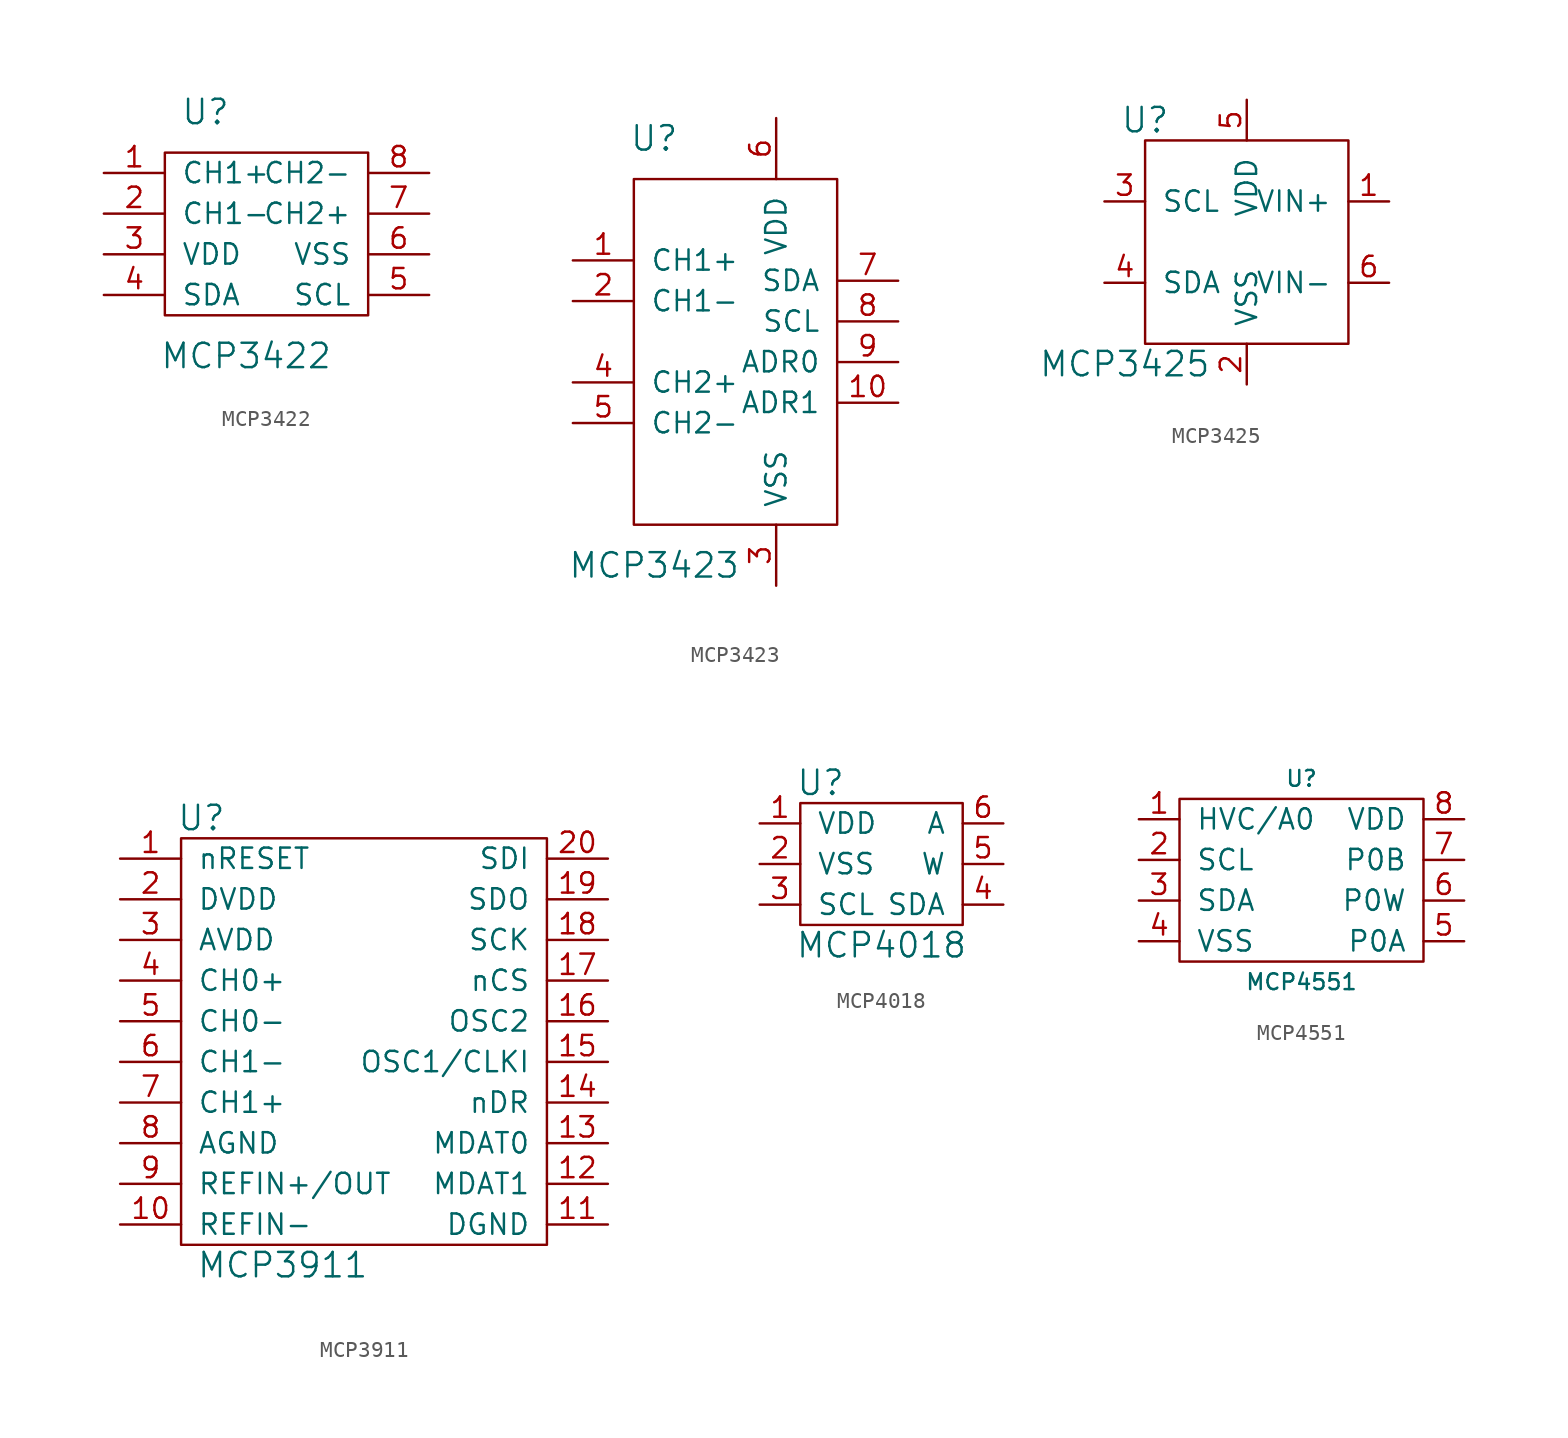
<source format=kicad_sym>
(kicad_symbol_lib
  (version 20210619)
  (generator kicad_symbol_editor)
  (symbol "tinkerforge:MCP3422"
    (pin_names
      (offset 1.016))
    (property "Reference" "U"
      (at -3.81 7.62 0)
      (effects (font (size 1.524 1.524))))
    (property "Value" "MCP3422"
      (at -1.27 -7.62 0)
      (effects (font (size 1.524 1.524))))
    (property "Footprint" ""
      (at 0 0 0)
      (effects (font (size 1.524 1.524))))
    (property "Datasheet" ""
      (at 0 0 0)
      (effects (font (size 1.524 1.524))))
    (symbol "MCP3422_0_1"
      (rectangle (start -6.35 5.08) (end 6.35 -5.08) (stroke (width 0)) (fill (type none))))
    (symbol "MCP3422_1_1"
      (pin input line (at -10.16 3.81 0) (length 3.81) (name "CH1+" (effects (font (size 1.27 1.27)))) (number "1" (effects (font (size 1.27 1.27)))))
      (pin input line (at -10.16 1.27 0) (length 3.81) (name "CH1-" (effects (font (size 1.27 1.27)))) (number "2" (effects (font (size 1.27 1.27)))))
      (pin power_in line (at -10.16 -1.27 0) (length 3.81) (name "VDD" (effects (font (size 1.27 1.27)))) (number "3" (effects (font (size 1.27 1.27)))))
      (pin passive line (at -10.16 -3.81 0) (length 3.81) (name "SDA" (effects (font (size 1.27 1.27)))) (number "4" (effects (font (size 1.27 1.27)))))
      (pin passive line (at 10.16 -3.81 180) (length 3.81) (name "SCL" (effects (font (size 1.27 1.27)))) (number "5" (effects (font (size 1.27 1.27)))))
      (pin passive line (at 10.16 -1.27 180) (length 3.81) (name "VSS" (effects (font (size 1.27 1.27)))) (number "6" (effects (font (size 1.27 1.27)))))
      (pin passive line (at 10.16 1.27 180) (length 3.81) (name "CH2+" (effects (font (size 1.27 1.27)))) (number "7" (effects (font (size 1.27 1.27)))))
      (pin passive line (at 10.16 3.81 180) (length 3.81) (name "CH2-" (effects (font (size 1.27 1.27)))) (number "8" (effects (font (size 1.27 1.27)))))))
  (symbol "tinkerforge:MCP3423"
    (pin_names
      (offset 1.016))
    (property "Reference" "U"
      (at -5.08 12.7 0)
      (effects (font (size 1.524 1.524))))
    (property "Value" "MCP3423"
      (at -5.08 -13.97 0)
      (effects (font (size 1.524 1.524))))
    (property "Footprint" ""
      (at 0 0 0)
      (effects (font (size 1.524 1.524))))
    (property "Datasheet" ""
      (at 0 0 0)
      (effects (font (size 1.524 1.524))))
    (symbol "MCP3423_0_1"
      (rectangle (start -6.35 10.16) (end 6.35 -11.43) (stroke (width 0)) (fill (type none))))
    (symbol "MCP3423_1_1"
      (pin input line (at -10.16 5.08 0) (length 3.81) (name "CH1+" (effects (font (size 1.27 1.27)))) (number "1" (effects (font (size 1.27 1.27)))))
      (pin input line (at 10.16 -3.81 180) (length 3.81) (name "ADR1" (effects (font (size 1.27 1.27)))) (number "10" (effects (font (size 1.27 1.27)))))
      (pin input line (at -10.16 2.54 0) (length 3.81) (name "CH1-" (effects (font (size 1.27 1.27)))) (number "2" (effects (font (size 1.27 1.27)))))
      (pin power_out line (at 2.54 -15.24 90) (length 3.81) (name "VSS" (effects (font (size 1.27 1.27)))) (number "3" (effects (font (size 1.27 1.27)))))
      (pin input line (at -10.16 -2.54 0) (length 3.81) (name "CH2+" (effects (font (size 1.27 1.27)))) (number "4" (effects (font (size 1.27 1.27)))))
      (pin input line (at -10.16 -5.08 0) (length 3.81) (name "CH2-" (effects (font (size 1.27 1.27)))) (number "5" (effects (font (size 1.27 1.27)))))
      (pin power_in line (at 2.54 13.97 270) (length 3.81) (name "VDD" (effects (font (size 1.27 1.27)))) (number "6" (effects (font (size 1.27 1.27)))))
      (pin bidirectional line (at 10.16 3.81 180) (length 3.81) (name "SDA" (effects (font (size 1.27 1.27)))) (number "7" (effects (font (size 1.27 1.27)))))
      (pin input line (at 10.16 1.27 180) (length 3.81) (name "SCL" (effects (font (size 1.27 1.27)))) (number "8" (effects (font (size 1.27 1.27)))))
      (pin input line (at 10.16 -1.27 180) (length 3.81) (name "ADR0" (effects (font (size 1.27 1.27)))) (number "9" (effects (font (size 1.27 1.27)))))))
  (symbol "tinkerforge:MCP3425"
    (pin_names
      (offset 1.016))
    (property "Reference" "U"
      (at -6.35 7.62 0)
      (effects (font (size 1.524 1.524))))
    (property "Value" "MCP3425"
      (at -7.62 -7.62 0)
      (effects (font (size 1.524 1.524))))
    (symbol "MCP3425_0_1"
      (rectangle (start -6.35 6.35) (end 6.35 -6.35) (stroke (width 0)) (fill (type none))))
    (symbol "MCP3425_1_1"
      (pin passive line (at 8.89 2.54 180) (length 2.54) (name "VIN+" (effects (font (size 1.27 1.27)))) (number "1" (effects (font (size 1.27 1.27)))))
      (pin passive line (at 0 -8.89 90) (length 2.54) (name "VSS" (effects (font (size 1.27 1.27)))) (number "2" (effects (font (size 1.27 1.27)))))
      (pin passive line (at -8.89 2.54 0) (length 2.54) (name "SCL" (effects (font (size 1.27 1.27)))) (number "3" (effects (font (size 1.27 1.27)))))
      (pin passive line (at -8.89 -2.54 0) (length 2.54) (name "SDA" (effects (font (size 1.27 1.27)))) (number "4" (effects (font (size 1.27 1.27)))))
      (pin passive line (at 0 8.89 270) (length 2.54) (name "VDD" (effects (font (size 1.27 1.27)))) (number "5" (effects (font (size 1.27 1.27)))))
      (pin passive line (at 8.89 -2.54 180) (length 2.54) (name "VIN-" (effects (font (size 1.27 1.27)))) (number "6" (effects (font (size 1.27 1.27)))))))
  (symbol "tinkerforge:MCP3911"
    (pin_names
      (offset 1.016))
    (property "Reference" "U"
      (at -10.16 13.97 0)
      (effects (font (size 1.524 1.524))))
    (property "Value" "MCP3911"
      (at -5.08 -13.97 0)
      (effects (font (size 1.524 1.524))))
    (property "Footprint" ""
      (at -11.43 15.24 0)
      (effects (font (size 1.524 1.524))))
    (property "Datasheet" ""
      (at -11.43 15.24 0)
      (effects (font (size 1.524 1.524))))
    (symbol "MCP3911_0_1"
      (rectangle (start -11.43 12.7) (end 11.43 -12.7) (stroke (width 0)) (fill (type none))))
    (symbol "MCP3911_1_1"
      (pin passive line (at -15.24 11.43 0) (length 3.81) (name "nRESET" (effects (font (size 1.27 1.27)))) (number "1" (effects (font (size 1.27 1.27)))))
      (pin passive line (at -15.24 -11.43 0) (length 3.81) (name "REFIN-" (effects (font (size 1.27 1.27)))) (number "10" (effects (font (size 1.27 1.27)))))
      (pin passive line (at 15.24 -11.43 180) (length 3.81) (name "DGND" (effects (font (size 1.27 1.27)))) (number "11" (effects (font (size 1.27 1.27)))))
      (pin passive line (at 15.24 -8.89 180) (length 3.81) (name "MDAT1" (effects (font (size 1.27 1.27)))) (number "12" (effects (font (size 1.27 1.27)))))
      (pin passive line (at 15.24 -6.35 180) (length 3.81) (name "MDAT0" (effects (font (size 1.27 1.27)))) (number "13" (effects (font (size 1.27 1.27)))))
      (pin passive line (at 15.24 -3.81 180) (length 3.81) (name "nDR" (effects (font (size 1.27 1.27)))) (number "14" (effects (font (size 1.27 1.27)))))
      (pin passive line (at 15.24 -1.27 180) (length 3.81) (name "OSC1/CLKI" (effects (font (size 1.27 1.27)))) (number "15" (effects (font (size 1.27 1.27)))))
      (pin passive line (at 15.24 1.27 180) (length 3.81) (name "OSC2" (effects (font (size 1.27 1.27)))) (number "16" (effects (font (size 1.27 1.27)))))
      (pin passive line (at 15.24 3.81 180) (length 3.81) (name "nCS" (effects (font (size 1.27 1.27)))) (number "17" (effects (font (size 1.27 1.27)))))
      (pin passive line (at 15.24 6.35 180) (length 3.81) (name "SCK" (effects (font (size 1.27 1.27)))) (number "18" (effects (font (size 1.27 1.27)))))
      (pin passive line (at 15.24 8.89 180) (length 3.81) (name "SDO" (effects (font (size 1.27 1.27)))) (number "19" (effects (font (size 1.27 1.27)))))
      (pin passive line (at -15.24 8.89 0) (length 3.81) (name "DVDD" (effects (font (size 1.27 1.27)))) (number "2" (effects (font (size 1.27 1.27)))))
      (pin passive line (at 15.24 11.43 180) (length 3.81) (name "SDI" (effects (font (size 1.27 1.27)))) (number "20" (effects (font (size 1.27 1.27)))))
      (pin passive line (at -15.24 6.35 0) (length 3.81) (name "AVDD" (effects (font (size 1.27 1.27)))) (number "3" (effects (font (size 1.27 1.27)))))
      (pin passive line (at -15.24 3.81 0) (length 3.81) (name "CH0+" (effects (font (size 1.27 1.27)))) (number "4" (effects (font (size 1.27 1.27)))))
      (pin passive line (at -15.24 1.27 0) (length 3.81) (name "CH0-" (effects (font (size 1.27 1.27)))) (number "5" (effects (font (size 1.27 1.27)))))
      (pin passive line (at -15.24 -1.27 0) (length 3.81) (name "CH1-" (effects (font (size 1.27 1.27)))) (number "6" (effects (font (size 1.27 1.27)))))
      (pin passive line (at -15.24 -3.81 0) (length 3.81) (name "CH1+" (effects (font (size 1.27 1.27)))) (number "7" (effects (font (size 1.27 1.27)))))
      (pin passive line (at -15.24 -6.35 0) (length 3.81) (name "AGND" (effects (font (size 1.27 1.27)))) (number "8" (effects (font (size 1.27 1.27)))))
      (pin passive line (at -15.24 -8.89 0) (length 3.81) (name "REFIN+/OUT" (effects (font (size 1.27 1.27)))) (number "9" (effects (font (size 1.27 1.27)))))))
  (symbol "tinkerforge:MCP4018"
    (pin_names
      (offset 1.016))
    (property "Reference" "U"
      (at -3.81 5.08 0)
      (effects (font (size 1.524 1.524))))
    (property "Value" "MCP4018"
      (at 0 -5.08 0)
      (effects (font (size 1.524 1.524))))
    (symbol "MCP4018_0_1"
      (rectangle (start -5.08 3.81) (end 5.08 -3.81) (stroke (width 0)) (fill (type none))))
    (symbol "MCP4018_1_1"
      (pin input line (at -7.62 2.54 0) (length 2.54) (name "VDD" (effects (font (size 1.27 1.27)))) (number "1" (effects (font (size 1.27 1.27)))))
      (pin passive line (at -7.62 0 0) (length 2.54) (name "VSS" (effects (font (size 1.27 1.27)))) (number "2" (effects (font (size 1.27 1.27)))))
      (pin passive line (at -7.62 -2.54 0) (length 2.54) (name "SCL" (effects (font (size 1.27 1.27)))) (number "3" (effects (font (size 1.27 1.27)))))
      (pin passive line (at 7.62 -2.54 180) (length 2.54) (name "SDA" (effects (font (size 1.27 1.27)))) (number "4" (effects (font (size 1.27 1.27)))))
      (pin passive line (at 7.62 0 180) (length 2.54) (name "W" (effects (font (size 1.27 1.27)))) (number "5" (effects (font (size 1.27 1.27)))))
      (pin passive line (at 7.62 2.54 180) (length 2.54) (name "A" (effects (font (size 1.27 1.27)))) (number "6" (effects (font (size 1.27 1.27)))))))
  (symbol "tinkerforge:MCP4551"
    (pin_names
      (offset 1.016))
    (property "Reference" "U"
      (at 0 6.35 0)
      (effects (font (size 0.991 0.991))))
    (property "Value" "MCP4551"
      (at 0 -6.35 0)
      (effects (font (size 0.991 0.991))))
    (symbol "MCP4551_0_1"
      (rectangle (start -7.62 5.08) (end 7.62 -5.08) (stroke (width 0)) (fill (type none))))
    (symbol "MCP4551_1_1"
      (pin passive line (at -10.16 3.81 0) (length 2.54) (name "HVC/A0" (effects (font (size 1.27 1.27)))) (number "1" (effects (font (size 1.27 1.27)))))
      (pin passive line (at -10.16 1.27 0) (length 2.54) (name "SCL" (effects (font (size 1.27 1.27)))) (number "2" (effects (font (size 1.27 1.27)))))
      (pin passive line (at -10.16 -1.27 0) (length 2.54) (name "SDA" (effects (font (size 1.27 1.27)))) (number "3" (effects (font (size 1.27 1.27)))))
      (pin passive line (at -10.16 -3.81 0) (length 2.54) (name "VSS" (effects (font (size 1.27 1.27)))) (number "4" (effects (font (size 1.27 1.27)))))
      (pin passive line (at 10.16 -3.81 180) (length 2.54) (name "P0A" (effects (font (size 1.27 1.27)))) (number "5" (effects (font (size 1.27 1.27)))))
      (pin passive line (at 10.16 -1.27 180) (length 2.54) (name "P0W" (effects (font (size 1.27 1.27)))) (number "6" (effects (font (size 1.27 1.27)))))
      (pin passive line (at 10.16 1.27 180) (length 2.54) (name "P0B" (effects (font (size 1.27 1.27)))) (number "7" (effects (font (size 1.27 1.27)))))
      (pin passive line (at 10.16 3.81 180) (length 2.54) (name "VDD" (effects (font (size 1.27 1.27)))) (number "8" (effects (font (size 1.27 1.27))))))))
</source>
